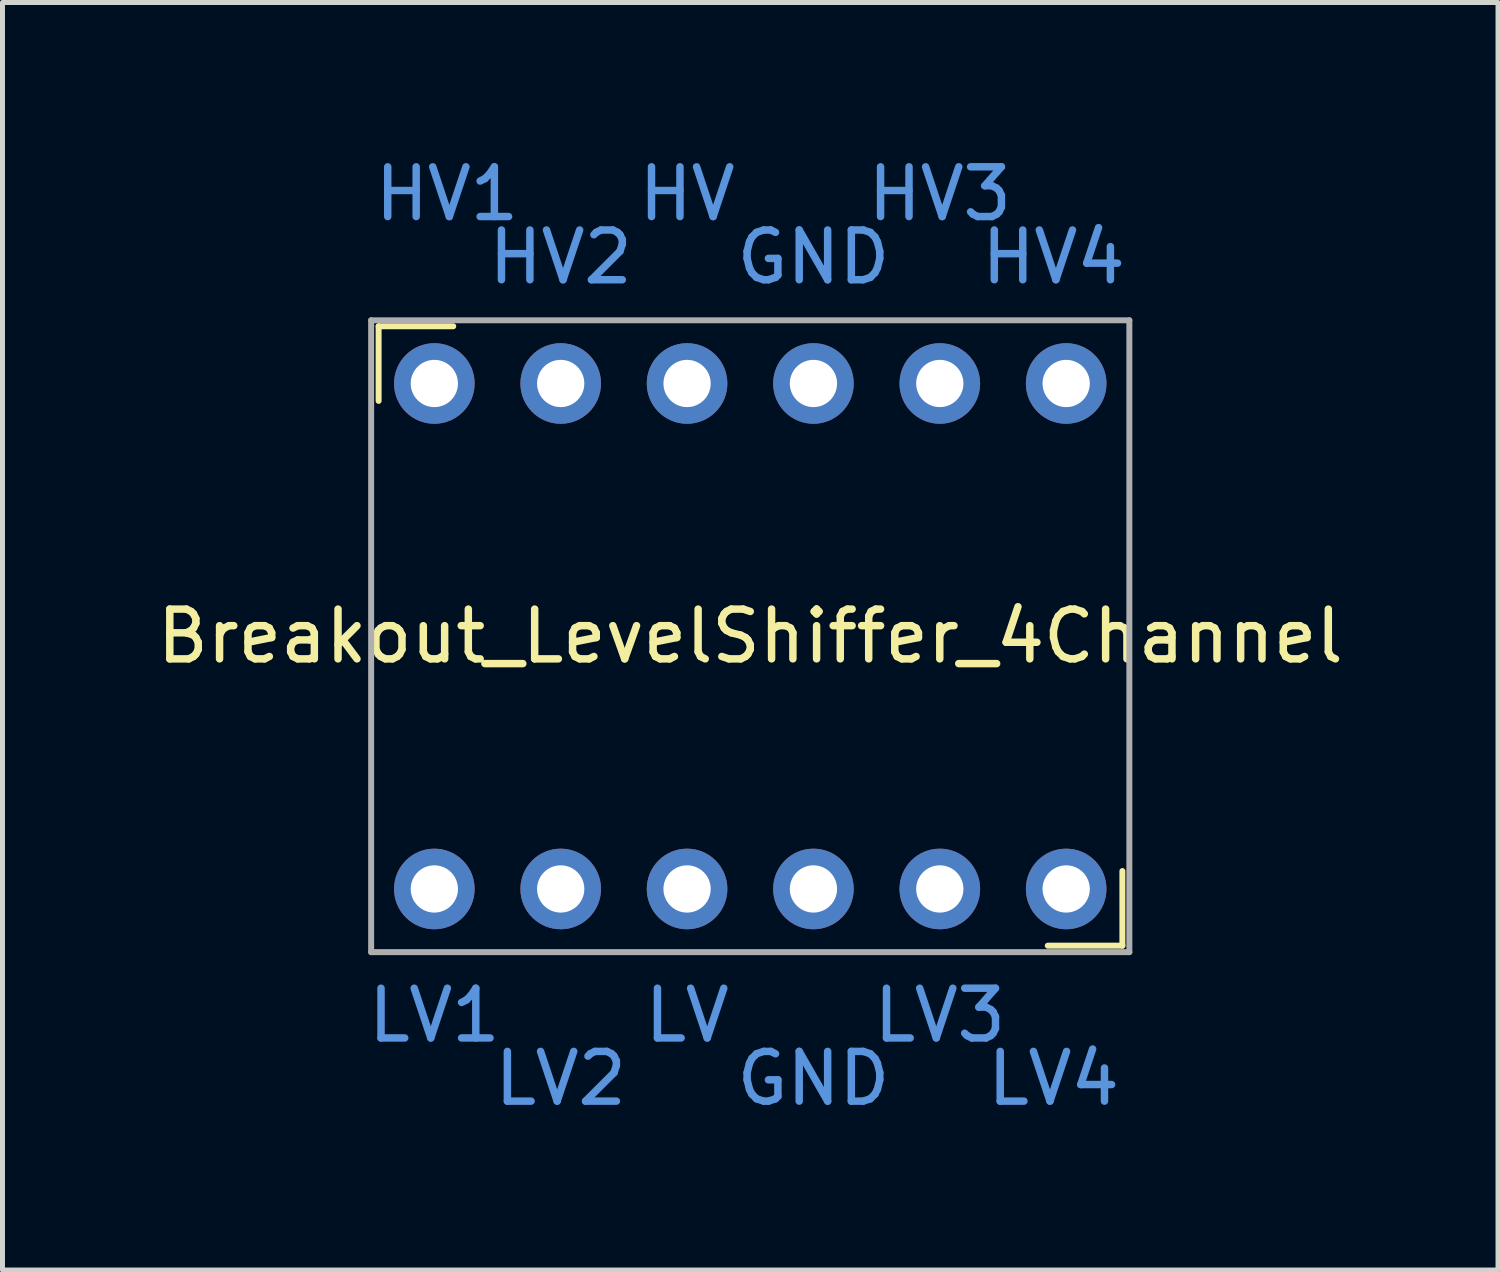
<source format=kicad_pcb>
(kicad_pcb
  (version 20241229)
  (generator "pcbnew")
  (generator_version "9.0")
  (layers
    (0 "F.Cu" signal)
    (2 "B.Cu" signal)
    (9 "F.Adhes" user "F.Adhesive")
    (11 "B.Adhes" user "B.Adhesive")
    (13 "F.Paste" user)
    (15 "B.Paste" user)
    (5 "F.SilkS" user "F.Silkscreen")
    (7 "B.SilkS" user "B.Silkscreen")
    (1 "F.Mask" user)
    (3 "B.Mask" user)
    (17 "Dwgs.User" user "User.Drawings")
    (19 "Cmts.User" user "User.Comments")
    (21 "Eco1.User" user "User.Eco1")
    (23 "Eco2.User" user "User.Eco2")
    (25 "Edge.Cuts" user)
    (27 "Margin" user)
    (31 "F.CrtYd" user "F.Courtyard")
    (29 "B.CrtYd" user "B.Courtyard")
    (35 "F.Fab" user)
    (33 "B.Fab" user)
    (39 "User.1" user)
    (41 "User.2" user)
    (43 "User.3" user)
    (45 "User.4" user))
  (footprint "Breakout_LevelShiffer_4Channel"
    (layer "F.Cu")
    (at 10.76 17.358)
    (property "Reference" "Breakout_LevelShiffer_4Channel" (at 1.27 -7.62 0) (layer "F.SilkS") (effects (font (size 1 1) (thickness 0.15))))
    (attr through_hole)
    (fp_line (start -6.2 -13.85) (end -6.2 -12.35) (stroke (width 0.12) (type solid)) (layer "F.SilkS"))
    (fp_line (start -6.2 -13.85) (end -4.7 -13.85) (stroke (width 0.12) (type solid)) (layer "F.SilkS"))
    (fp_line (start 8.75 -1.4) (end 7.25 -1.4) (stroke (width 0.12) (type solid)) (layer "F.SilkS"))
    (fp_line (start 8.75 -1.4) (end 8.75 -2.9) (stroke (width 0.12) (type solid)) (layer "F.SilkS"))
    (fp_line (start -6.35 -13.97) (end 8.89 -13.97) (stroke (width 0.12) (type solid)) (layer "F.Fab"))
    (fp_line (start -6.35 -1.27) (end -6.35 -13.97) (stroke (width 0.12) (type solid)) (layer "F.Fab"))
    (fp_line (start 8.89 -13.97) (end 8.89 -1.27) (stroke (width 0.12) (type solid)) (layer "F.Fab"))
    (fp_line (start 8.89 -1.27) (end -6.35 -1.27) (stroke (width 0.12) (type solid)) (layer "F.Fab"))
    (fp_text user "LV4" (at 7.366 1.27 0) (layer "Cmts.User") (effects (font (size 1 1) (thickness 0.15))))
    (fp_text user "LV3" (at 5.08 0 0) (layer "Cmts.User") (effects (font (size 1 1) (thickness 0.15))))
    (fp_text user "GND" (at 2.54 -15.24 0) (layer "Cmts.User") (effects (font (size 1 1) (thickness 0.15))))
    (fp_text user "HV" (at 0 -16.51 0) (layer "Cmts.User") (effects (font (size 1 1) (thickness 0.15))))
    (fp_text user "HV4" (at 7.366 -15.24 0) (layer "Cmts.User") (effects (font (size 1 1) (thickness 0.15))))
    (fp_text user "HV1" (at -4.826 -16.51 0) (layer "Cmts.User") (effects (font (size 1 1) (thickness 0.15))))
    (fp_text user "LV1" (at -5.08 0 0) (layer "Cmts.User") (effects (font (size 1 1) (thickness 0.15))))
    (fp_text user "HV3" (at 5.08 -16.51 0) (layer "Cmts.User") (effects (font (size 1 1) (thickness 0.15))))
    (fp_text user "LV" (at 0 0 0) (layer "Cmts.User") (effects (font (size 1 1) (thickness 0.15))))
    (fp_text user "LV2" (at -2.54 1.27 0) (layer "Cmts.User") (effects (font (size 1 1) (thickness 0.15))))
    (fp_text user "GND" (at 2.54 1.27 0) (layer "Cmts.User") (effects (font (size 1 1) (thickness 0.15))))
    (fp_text user "HV2" (at -2.54 -15.24 0) (layer "Cmts.User") (effects (font (size 1 1) (thickness 0.15))))
    (pad "1" thru_hole circle (at 7.62 -12.7) (size 1.62 1.62) (drill 0.95) (layers "*.Cu" "*.Mask"))
    (pad "2" thru_hole circle (at 5.08 -12.7) (size 1.62 1.62) (drill 0.95) (layers "*.Cu" "*.Mask"))
    (pad "3" thru_hole circle (at 2.54 -12.7) (size 1.62 1.62) (drill 0.95) (layers "*.Cu" "*.Mask"))
    (pad "4" thru_hole circle (at 0 -12.7) (size 1.62 1.62) (drill 0.95) (layers "*.Cu" "*.Mask"))
    (pad "5" thru_hole circle (at -2.54 -12.7) (size 1.62 1.62) (drill 0.95) (layers "*.Cu" "*.Mask"))
    (pad "6" thru_hole circle (at -5.08 -12.7) (size 1.62 1.62) (drill 0.95) (layers "*.Cu" "*.Mask"))
    (pad "7" thru_hole circle (at -5.08 -2.54) (size 1.62 1.62) (drill 0.95) (layers "*.Cu" "*.Mask"))
    (pad "8" thru_hole circle (at -2.54 -2.54) (size 1.62 1.62) (drill 0.95) (layers "*.Cu" "*.Mask"))
    (pad "9" thru_hole circle (at 0 -2.54) (size 1.62 1.62) (drill 0.95) (layers "*.Cu" "*.Mask"))
    (pad "10" thru_hole circle (at 2.54 -2.54) (size 1.62 1.62) (drill 0.95) (layers "*.Cu" "*.Mask"))
    (pad "11" thru_hole circle (at 5.08 -2.54) (size 1.62 1.62) (drill 0.95) (layers "*.Cu" "*.Mask"))
    (pad "12" thru_hole circle (at 7.62 -2.54) (size 1.62 1.62) (drill 0.95) (layers "*.Cu" "*.Mask")))
  (gr_rect
    (start -3 -3)
    (end 27.06 22.477)
    (stroke (width 0.1) (type default))
    (fill no)
    (layer "Edge.Cuts")))
</source>
